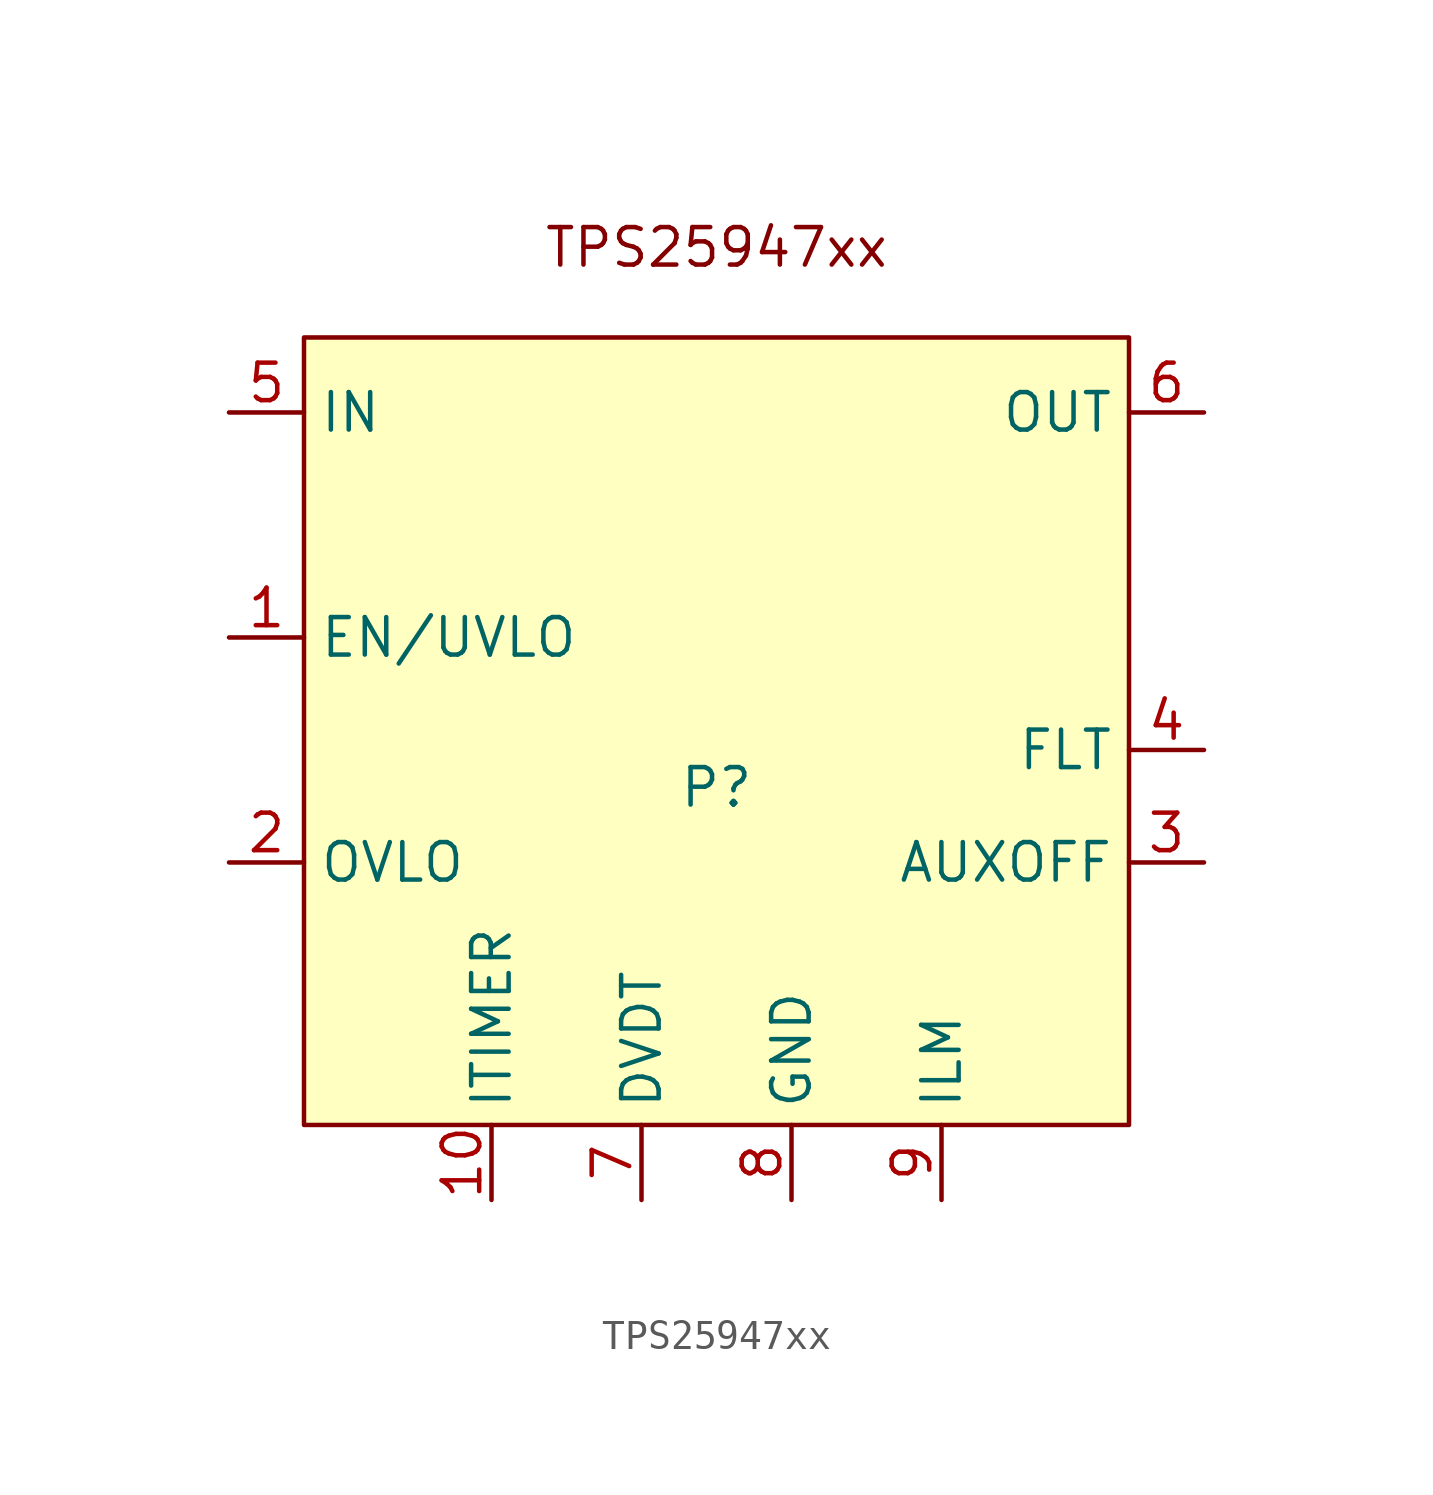
<source format=kicad_sym>
(kicad_symbol_lib
  (version 20231120)
  (generator "kicad_symbol_editor")
  (generator_version "8.0")
  (symbol "TPS25947xx"
    (property "Reference" "P"
      (at 0 0 0)
      (effects (font (size 1.27 1.27))))
    (property "Value" ""
      (at -3.81 0 0)
      (effects (font (size 1.27 1.27))))
    (symbol "TPS25947xx_1_1"
      (rectangle (start -13.97 15.24) (end 13.97 -11.43) (stroke (width 0) (type default)) (fill (type background)))
      (text "TPS25947xx" (at 0 18.288 0) (effects (font (size 1.27 1.27))))
      (pin input line (at -16.51 5.08 0) (length 2.54) (name "EN/UVLO" (effects (font (size 1.27 1.27)))) (number "1" (effects (font (size 1.27 1.27)))))
      (pin output line (at -7.62 -13.97 90) (length 2.54) (name "ITIMER" (effects (font (size 1.27 1.27)))) (number "10" (effects (font (size 1.27 1.27)))))
      (pin input line (at -16.51 -2.54 0) (length 2.54) (name "OVLO" (effects (font (size 1.27 1.27)))) (number "2" (effects (font (size 1.27 1.27)))))
      (pin output line (at 16.51 -2.54 180) (length 2.54) (name "AUXOFF" (effects (font (size 1.27 1.27)))) (number "3" (effects (font (size 1.27 1.27)))))
      (pin input line (at 16.51 1.27 180) (length 2.54) (name "FLT" (effects (font (size 1.27 1.27)))) (number "4" (effects (font (size 1.27 1.27)))))
      (pin power_in line (at -16.51 12.7 0) (length 2.54) (name "IN" (effects (font (size 1.27 1.27)))) (number "5" (effects (font (size 1.27 1.27)))))
      (pin input line (at 16.51 12.7 180) (length 2.54) (name "OUT" (effects (font (size 1.27 1.27)))) (number "6" (effects (font (size 1.27 1.27)))))
      (pin output line (at -2.54 -13.97 90) (length 2.54) (name "DVDT" (effects (font (size 1.27 1.27)))) (number "7" (effects (font (size 1.27 1.27)))))
      (pin power_in line (at 2.54 -13.97 90) (length 2.54) (name "GND" (effects (font (size 1.27 1.27)))) (number "8" (effects (font (size 1.27 1.27)))))
      (pin output line (at 7.62 -13.97 90) (length 2.54) (name "ILM" (effects (font (size 1.27 1.27)))) (number "9" (effects (font (size 1.27 1.27))))))))
</source>
